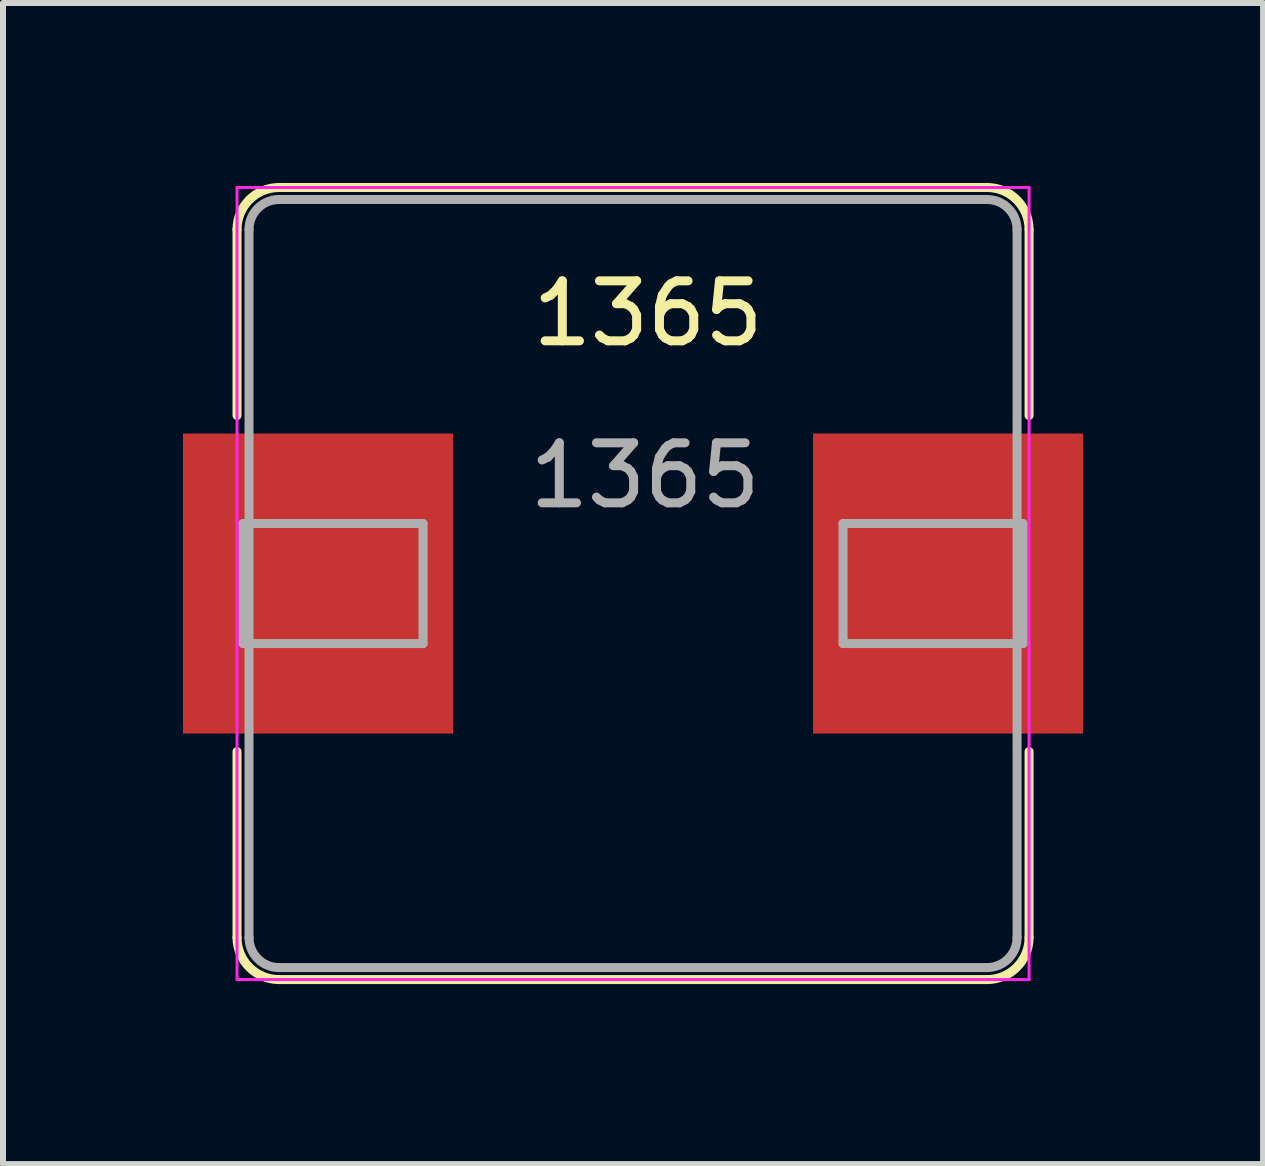
<source format=kicad_pcb>
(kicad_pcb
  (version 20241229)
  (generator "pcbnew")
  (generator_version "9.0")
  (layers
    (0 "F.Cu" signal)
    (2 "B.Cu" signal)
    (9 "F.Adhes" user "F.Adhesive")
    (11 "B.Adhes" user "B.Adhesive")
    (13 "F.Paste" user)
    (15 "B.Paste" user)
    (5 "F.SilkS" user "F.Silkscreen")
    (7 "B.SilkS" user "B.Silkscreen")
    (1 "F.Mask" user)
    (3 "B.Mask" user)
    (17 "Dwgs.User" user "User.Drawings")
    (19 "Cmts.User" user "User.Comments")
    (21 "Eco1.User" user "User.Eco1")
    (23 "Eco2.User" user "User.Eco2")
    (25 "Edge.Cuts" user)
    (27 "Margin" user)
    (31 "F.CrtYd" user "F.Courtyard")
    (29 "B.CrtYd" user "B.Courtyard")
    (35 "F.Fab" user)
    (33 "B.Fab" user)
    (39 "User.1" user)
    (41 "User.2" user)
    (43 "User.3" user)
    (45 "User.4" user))
  (footprint "1365"
    (layer "F.Cu")
    (at 7.5 6.675)
    (property "Reference" "1365" (at 0.25 -4.5 0) (layer "F.SilkS") (effects (font (size 1 1) (thickness 0.15))))
    (attr smd)
    (fp_line (start -6.6 -2.8) (end -6.6 -5.9) (stroke (width 0.15) (type solid)) (layer "F.SilkS"))
    (fp_line (start -6.6 5.9) (end -6.6 2.8) (stroke (width 0.15) (type solid)) (layer "F.SilkS"))
    (fp_line (start -5.9 -6.6) (end 5.9 -6.6) (stroke (width 0.15) (type solid)) (layer "F.SilkS"))
    (fp_line (start 5.9 6.6) (end -5.9 6.6) (stroke (width 0.15) (type solid)) (layer "F.SilkS"))
    (fp_line (start 6.6 -5.9) (end 6.6 -2.8) (stroke (width 0.15) (type solid)) (layer "F.SilkS"))
    (fp_line (start 6.6 2.8) (end 6.6 5.9) (stroke (width 0.15) (type solid)) (layer "F.SilkS"))
    (fp_arc (start -6.6 -5.9) (mid -6.394975 -6.394975) (end -5.9 -6.6) (stroke (width 0.15) (type solid)) (layer "F.SilkS"))
    (fp_arc (start -5.9 6.6) (mid -6.394975 6.394975) (end -6.6 5.9) (stroke (width 0.15) (type solid)) (layer "F.SilkS"))
    (fp_arc (start 5.9 -6.6) (mid 6.394975 -6.394975) (end 6.6 -5.9) (stroke (width 0.15) (type solid)) (layer "F.SilkS"))
    (fp_arc (start 6.6 5.9) (mid 6.394975 6.394975) (end 5.9 6.6) (stroke (width 0.15) (type solid)) (layer "F.SilkS"))
    (fp_line (start -6.6 -6.6) (end -6.6 6.6) (stroke (width 0.05) (type solid)) (layer "F.CrtYd"))
    (fp_line (start -6.6 6.6) (end 6.6 6.6) (stroke (width 0.05) (type solid)) (layer "F.CrtYd"))
    (fp_line (start 6.6 -6.6) (end -6.6 -6.6) (stroke (width 0.05) (type solid)) (layer "F.CrtYd"))
    (fp_line (start 6.6 6.6) (end 6.6 -6.6) (stroke (width 0.05) (type solid)) (layer "F.CrtYd"))
    (fp_line (start -6.5 -1) (end -6.5 1) (stroke (width 0.15) (type solid)) (layer "F.Fab"))
    (fp_line (start -6.5 1) (end -3.5 1) (stroke (width 0.15) (type solid)) (layer "F.Fab"))
    (fp_line (start -6.4 5.9) (end -6.4 -5.9) (stroke (width 0.15) (type solid)) (layer "F.Fab"))
    (fp_line (start -5.9 -6.4) (end 5.9 -6.4) (stroke (width 0.15) (type solid)) (layer "F.Fab"))
    (fp_line (start -3.5 -1) (end -6.5 -1) (stroke (width 0.15) (type solid)) (layer "F.Fab"))
    (fp_line (start -3.5 -1) (end -3.5 1) (stroke (width 0.15) (type solid)) (layer "F.Fab"))
    (fp_line (start 3.5 -1) (end 3.5 1) (stroke (width 0.15) (type solid)) (layer "F.Fab"))
    (fp_line (start 3.5 -1) (end 6.5 -1) (stroke (width 0.15) (type solid)) (layer "F.Fab"))
    (fp_line (start 5.9 6.4) (end -5.9 6.4) (stroke (width 0.15) (type solid)) (layer "F.Fab"))
    (fp_line (start 6.4 -5.9) (end 6.4 5.9) (stroke (width 0.15) (type solid)) (layer "F.Fab"))
    (fp_line (start 6.5 -1) (end 6.5 1) (stroke (width 0.15) (type solid)) (layer "F.Fab"))
    (fp_line (start 6.5 1) (end 3.5 1) (stroke (width 0.15) (type solid)) (layer "F.Fab"))
    (fp_arc (start -6.4 -5.9) (mid -6.253553 -6.253553) (end -5.9 -6.4) (stroke (width 0.15) (type solid)) (layer "F.Fab"))
    (fp_arc (start -5.9 6.4) (mid -6.253553 6.253553) (end -6.4 5.9) (stroke (width 0.15) (type solid)) (layer "F.Fab"))
    (fp_arc (start 5.9 -6.4) (mid 6.253553 -6.253553) (end 6.4 -5.9) (stroke (width 0.15) (type solid)) (layer "F.Fab"))
    (fp_arc (start 6.4 5.9) (mid 6.253553 6.253553) (end 5.9 6.4) (stroke (width 0.15) (type solid)) (layer "F.Fab"))
    (fp_text user "${REFERENCE}" (at 0.2 -1.8 0) (layer "F.Fab") (effects (font (size 1 1) (thickness 0.15))))
    (pad "1" smd rect (at -5.25 0) (size 4.5 5) (layers "F.Cu" "F.Mask" "F.Paste"))
    (pad "2" smd rect (at 5.25 0) (size 4.5 5) (layers "F.Cu" "F.Mask" "F.Paste")))
  (gr_rect
    (start -3 -3)
    (end 18 16.35)
    (stroke (width 0.1) (type default))
    (fill no)
    (layer "Edge.Cuts")))
</source>
